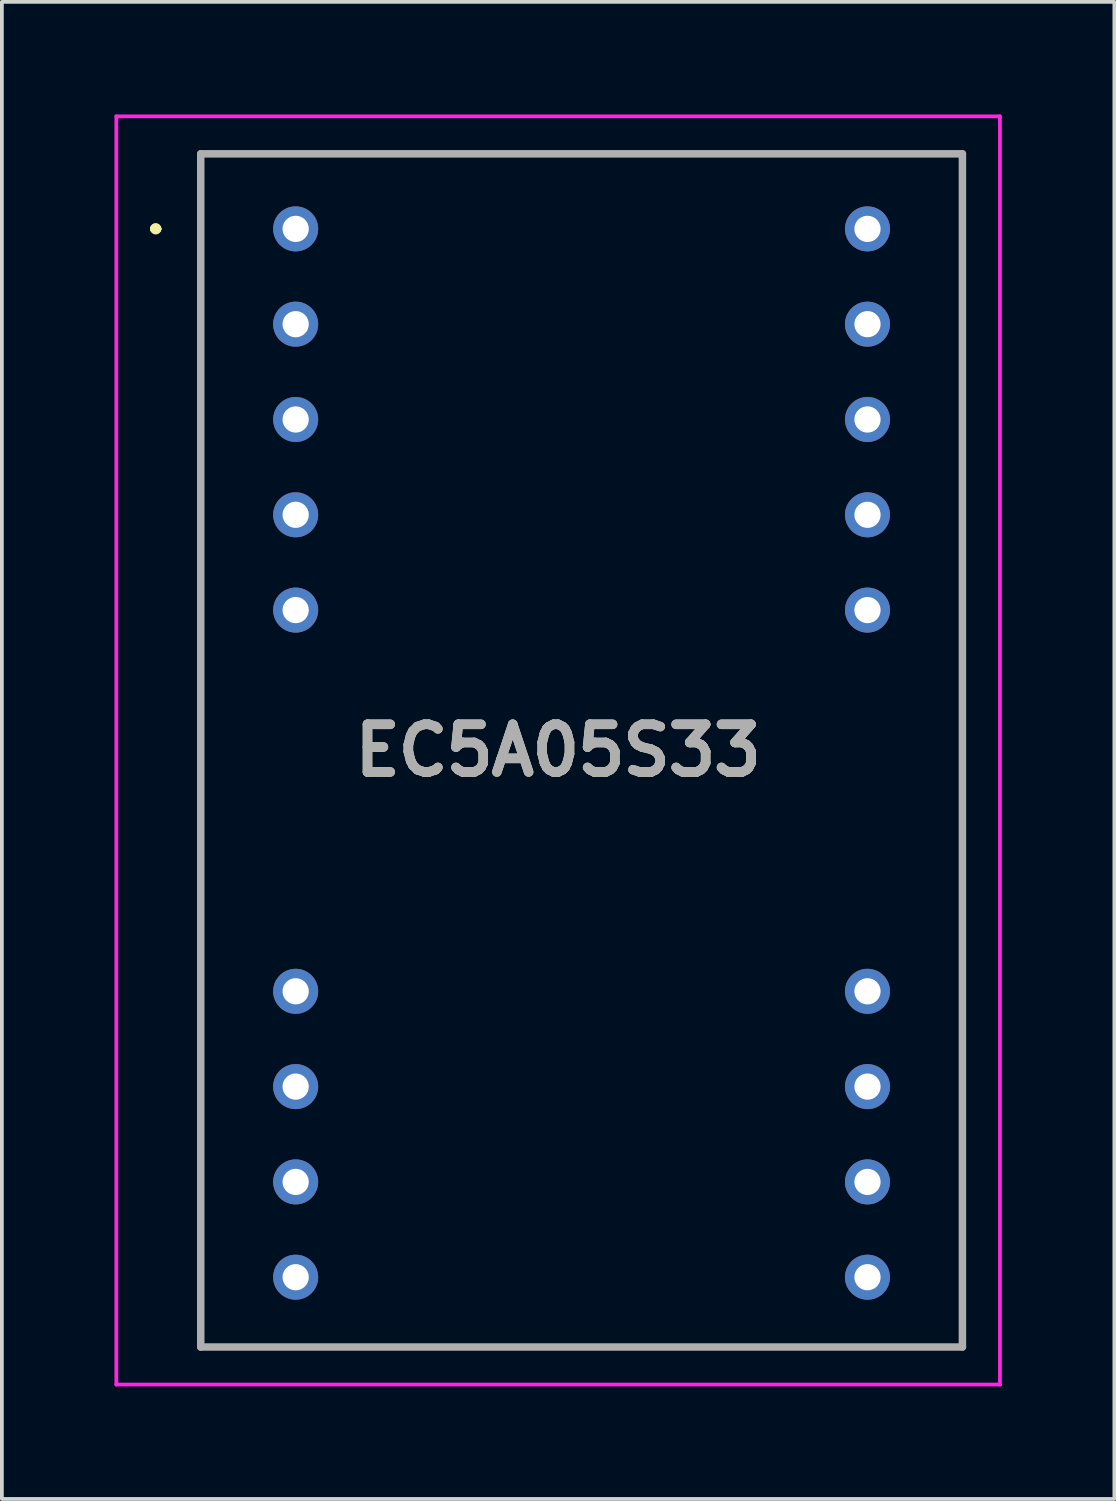
<source format=kicad_pcb>
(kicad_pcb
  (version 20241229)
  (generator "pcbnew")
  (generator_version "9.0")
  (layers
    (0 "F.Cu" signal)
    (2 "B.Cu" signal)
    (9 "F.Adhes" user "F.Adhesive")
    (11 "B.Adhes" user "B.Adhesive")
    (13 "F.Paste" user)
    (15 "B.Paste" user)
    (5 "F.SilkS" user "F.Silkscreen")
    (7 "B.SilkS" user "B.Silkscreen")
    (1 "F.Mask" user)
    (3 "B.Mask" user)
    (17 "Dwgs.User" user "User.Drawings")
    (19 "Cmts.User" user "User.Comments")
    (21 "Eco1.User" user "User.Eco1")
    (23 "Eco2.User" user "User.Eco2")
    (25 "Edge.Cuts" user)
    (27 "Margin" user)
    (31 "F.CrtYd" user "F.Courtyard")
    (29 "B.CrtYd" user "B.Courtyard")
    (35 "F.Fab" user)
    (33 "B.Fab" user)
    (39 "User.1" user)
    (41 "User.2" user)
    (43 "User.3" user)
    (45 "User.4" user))
  (footprint "EC5A05S33"
    (layer "F.Cu")
    (at 4.83 3.05)
    (property "Reference" "EC5A05S33" (at 6.995 13.9 0) (layer "F.SilkS") (effects (font (size 1.27 1.27) (thickness 0.254))))
    (attr through_hole)
    (fp_line (start -3.78 0) (end -3.78 0) (stroke (width 0.2) (type solid)) (layer "F.SilkS"))
    (fp_line (start -3.68 0) (end -3.68 0) (stroke (width 0.2) (type solid)) (layer "F.SilkS"))
    (fp_line (start -3.68 0) (end -3.68 0) (stroke (width 0.2) (type solid)) (layer "F.SilkS"))
    (fp_line (start -2.53 -2) (end -2.53 29.8) (stroke (width 0.1) (type solid)) (layer "F.SilkS"))
    (fp_line (start -2.53 29.8) (end 17.77 29.8) (stroke (width 0.1) (type solid)) (layer "F.SilkS"))
    (fp_line (start 17.77 -2) (end -2.53 -2) (stroke (width 0.1) (type solid)) (layer "F.SilkS"))
    (fp_line (start 17.77 29.8) (end 17.77 -2) (stroke (width 0.1) (type solid)) (layer "F.SilkS"))
    (fp_arc (start -3.78 0) (mid -3.73 -0.05) (end -3.68 0) (stroke (width 0.2) (type solid)) (layer "F.SilkS"))
    (fp_arc (start -3.78 0) (mid -3.73 -0.05) (end -3.68 0) (stroke (width 0.2) (type solid)) (layer "F.SilkS"))
    (fp_arc (start -3.68 0) (mid -3.73 0.05) (end -3.78 0) (stroke (width 0.2) (type solid)) (layer "F.SilkS"))
    (fp_line (start -4.78 -3) (end -4.78 30.8) (stroke (width 0.1) (type solid)) (layer "F.CrtYd"))
    (fp_line (start -4.78 30.8) (end 18.77 30.8) (stroke (width 0.1) (type solid)) (layer "F.CrtYd"))
    (fp_line (start 18.77 -3) (end -4.78 -3) (stroke (width 0.1) (type solid)) (layer "F.CrtYd"))
    (fp_line (start 18.77 30.8) (end 18.77 -3) (stroke (width 0.1) (type solid)) (layer "F.CrtYd"))
    (fp_line (start -2.53 -2) (end 17.77 -2) (stroke (width 0.2) (type solid)) (layer "F.Fab"))
    (fp_line (start -2.53 29.8) (end -2.53 -2) (stroke (width 0.2) (type solid)) (layer "F.Fab"))
    (fp_line (start 17.77 -2) (end 17.77 29.8) (stroke (width 0.2) (type solid)) (layer "F.Fab"))
    (fp_line (start 17.77 29.8) (end -2.53 29.8) (stroke (width 0.2) (type solid)) (layer "F.Fab"))
    (fp_text user "${REFERENCE}" (at 6.995 13.9 0) (layer "F.Fab") (effects (font (size 1.27 1.27) (thickness 0.254))))
    (pad "1" thru_hole circle (at 0 0) (size 1.2 1.2) (drill 0.7) (layers "*.Cu" "*.Mask"))
    (pad "2" thru_hole circle (at 0 2.54) (size 1.2 1.2) (drill 0.7) (layers "*.Cu" "*.Mask"))
    (pad "3" thru_hole circle (at 0 5.08) (size 1.2 1.2) (drill 0.7) (layers "*.Cu" "*.Mask"))
    (pad "4" thru_hole circle (at 0 7.62) (size 1.2 1.2) (drill 0.7) (layers "*.Cu" "*.Mask"))
    (pad "5" thru_hole circle (at 0 10.16) (size 1.2 1.2) (drill 0.7) (layers "*.Cu" "*.Mask"))
    (pad "9" thru_hole circle (at 0 20.32) (size 1.2 1.2) (drill 0.7) (layers "*.Cu" "*.Mask"))
    (pad "10" thru_hole circle (at 0 22.86) (size 1.2 1.2) (drill 0.7) (layers "*.Cu" "*.Mask"))
    (pad "11" thru_hole circle (at 0 25.4) (size 1.2 1.2) (drill 0.7) (layers "*.Cu" "*.Mask"))
    (pad "12" thru_hole circle (at 0 27.94) (size 1.2 1.2) (drill 0.7) (layers "*.Cu" "*.Mask"))
    (pad "13" thru_hole circle (at 15.24 27.94) (size 1.2 1.2) (drill 0.7) (layers "*.Cu" "*.Mask"))
    (pad "14" thru_hole circle (at 15.24 25.4) (size 1.2 1.2) (drill 0.7) (layers "*.Cu" "*.Mask"))
    (pad "15" thru_hole circle (at 15.24 22.86) (size 1.2 1.2) (drill 0.7) (layers "*.Cu" "*.Mask"))
    (pad "16" thru_hole circle (at 15.24 20.32) (size 1.2 1.2) (drill 0.7) (layers "*.Cu" "*.Mask"))
    (pad "20" thru_hole circle (at 15.24 10.16) (size 1.2 1.2) (drill 0.7) (layers "*.Cu" "*.Mask"))
    (pad "21" thru_hole circle (at 15.24 7.62) (size 1.2 1.2) (drill 0.7) (layers "*.Cu" "*.Mask"))
    (pad "22" thru_hole circle (at 15.24 5.08) (size 1.2 1.2) (drill 0.7) (layers "*.Cu" "*.Mask"))
    (pad "23" thru_hole circle (at 15.24 2.54) (size 1.2 1.2) (drill 0.7) (layers "*.Cu" "*.Mask"))
    (pad "24" thru_hole circle (at 15.24 0) (size 1.2 1.2) (drill 0.7) (layers "*.Cu" "*.Mask")))
  (gr_rect
    (start -3 -3)
    (end 26.65 36.9)
    (stroke (width 0.1) (type default))
    (fill no)
    (layer "Edge.Cuts")))
</source>
